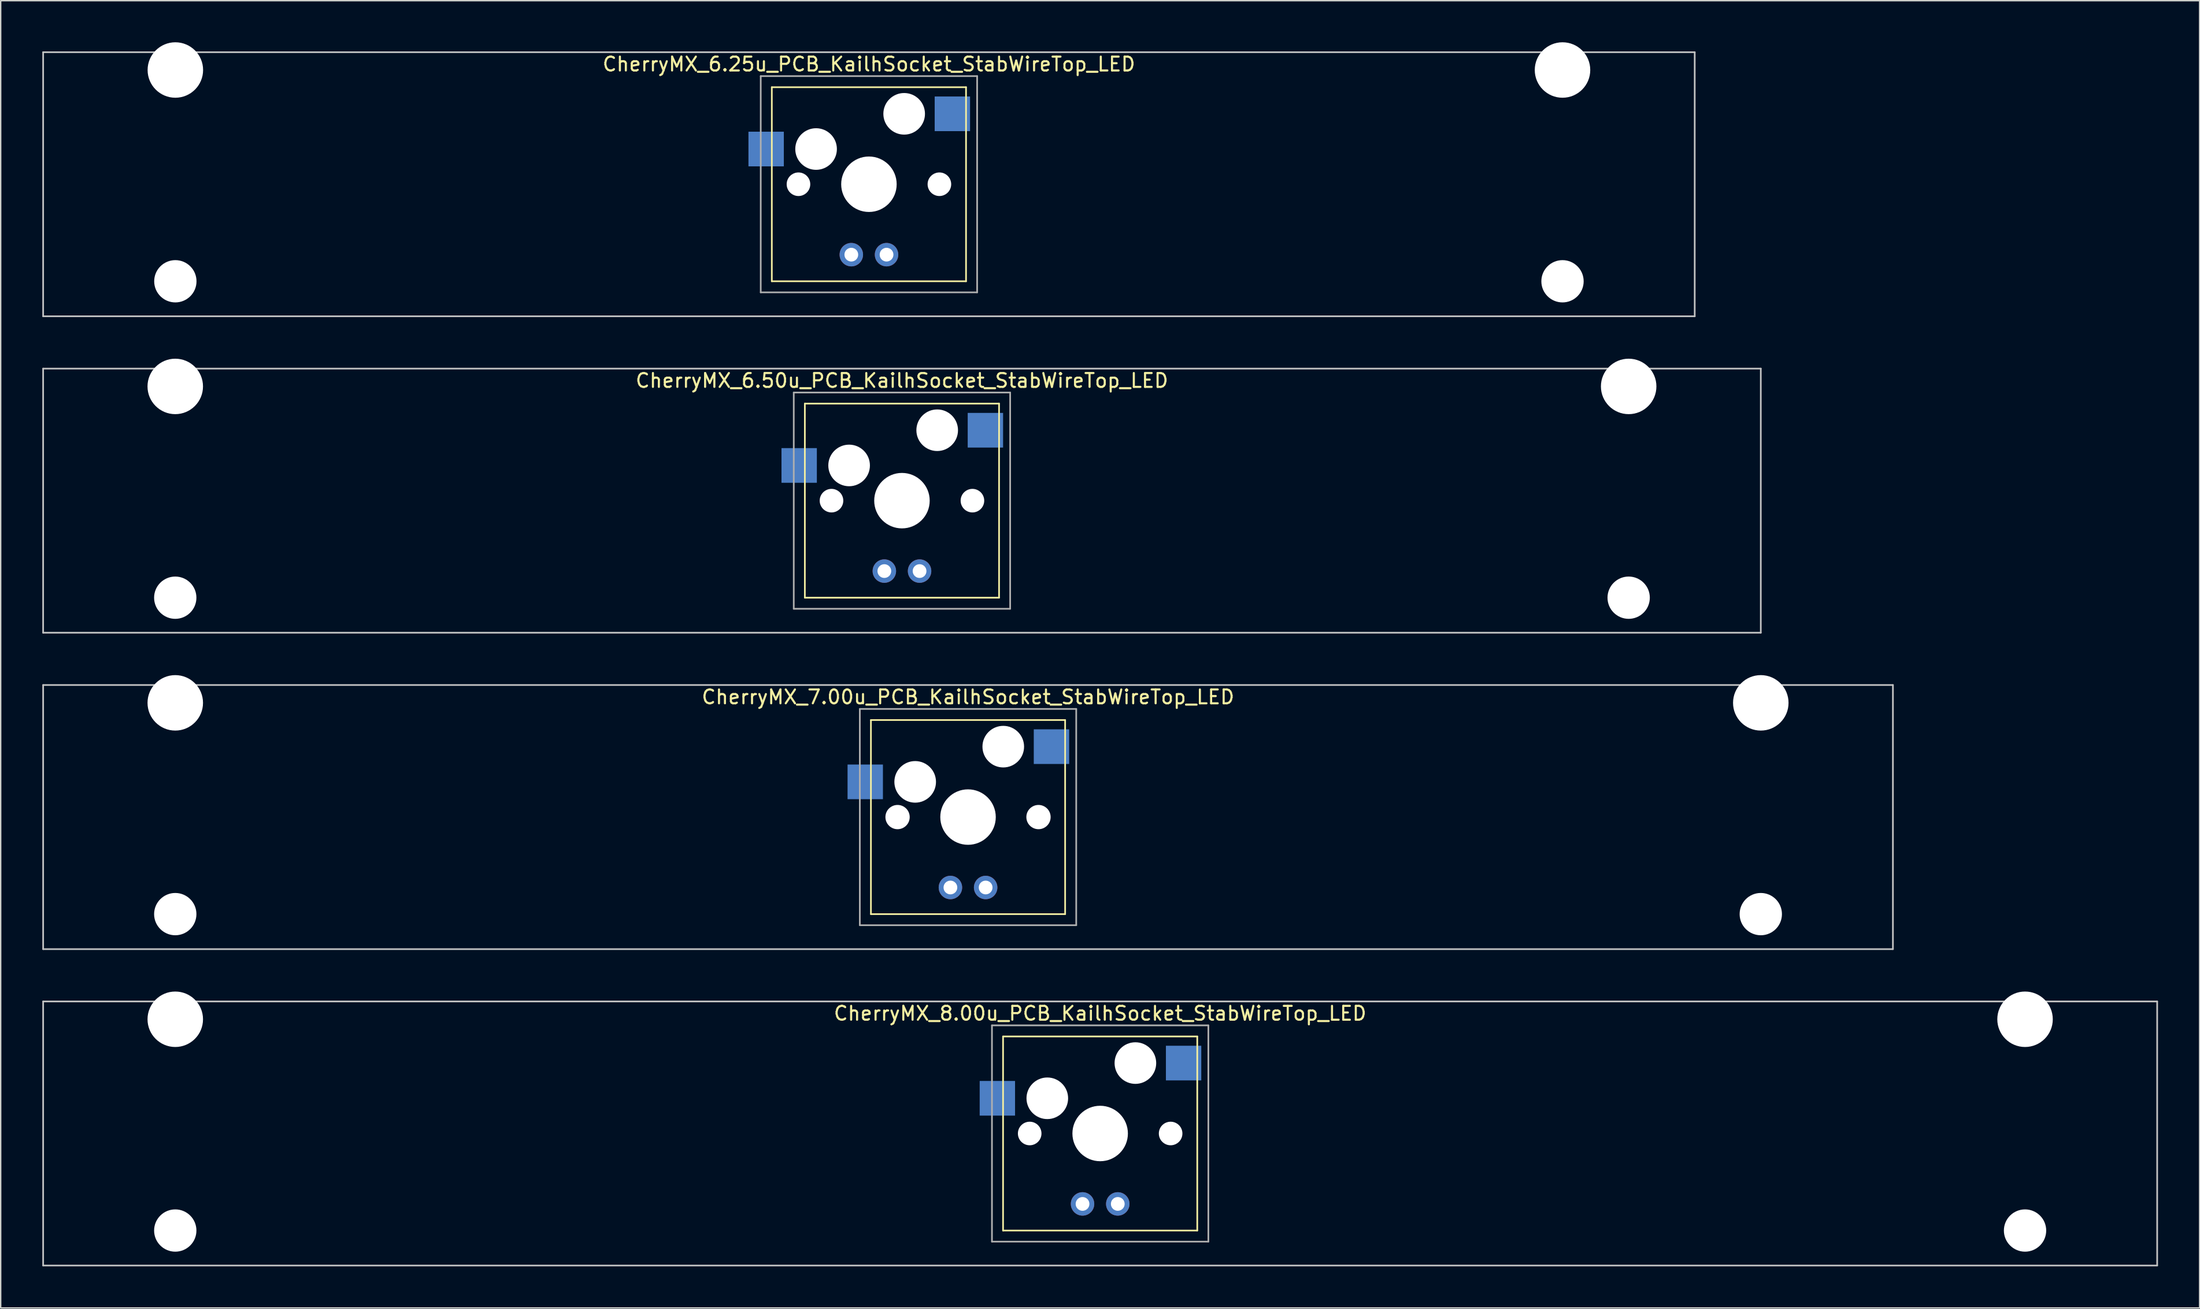
<source format=kicad_pcb>
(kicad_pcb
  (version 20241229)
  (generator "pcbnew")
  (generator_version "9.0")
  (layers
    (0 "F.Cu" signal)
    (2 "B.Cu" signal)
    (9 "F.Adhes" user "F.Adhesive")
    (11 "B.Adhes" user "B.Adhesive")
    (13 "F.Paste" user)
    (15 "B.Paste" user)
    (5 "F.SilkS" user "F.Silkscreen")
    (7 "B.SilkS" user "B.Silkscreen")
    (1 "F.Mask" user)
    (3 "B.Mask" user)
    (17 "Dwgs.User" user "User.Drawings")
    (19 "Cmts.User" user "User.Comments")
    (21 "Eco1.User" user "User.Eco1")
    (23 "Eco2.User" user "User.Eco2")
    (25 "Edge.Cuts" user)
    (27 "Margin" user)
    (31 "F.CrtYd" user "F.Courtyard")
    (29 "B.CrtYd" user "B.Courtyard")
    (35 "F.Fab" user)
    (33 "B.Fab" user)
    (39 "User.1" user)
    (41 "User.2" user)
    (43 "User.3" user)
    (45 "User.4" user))
  (footprint "CherryMX_8.00u_PCB_KailhSocket_StabWireTop_LED"
    (layer "F.Cu")
    (at 76.26 78.715)
    (property "Reference" "CherryMX_8.00u_PCB_KailhSocket_StabWireTop_LED" (at 0 -8.662 0) (layer "F.SilkS") (effects (font (size 1 1) (thickness 0.15))))
    (attr through_hole)
    (fp_line (start -7 -7) (end -7 7) (stroke (width 0.12) (type solid)) (layer "F.SilkS"))
    (fp_line (start -7 -7) (end 7 -7) (stroke (width 0.12) (type solid)) (layer "F.SilkS"))
    (fp_line (start 7 -7) (end 7 7) (stroke (width 0.12) (type solid)) (layer "F.SilkS"))
    (fp_line (start 7 7) (end -7 7) (stroke (width 0.12) (type solid)) (layer "F.SilkS"))
    (fp_line (start -76.2 -9.525) (end 76.2 -9.525) (stroke (width 0.12) (type solid)) (layer "Dwgs.User"))
    (fp_line (start -76.2 9.525) (end -76.2 -9.525) (stroke (width 0.12) (type solid)) (layer "Dwgs.User"))
    (fp_line (start 76.2 -9.525) (end 76.2 9.525) (stroke (width 0.12) (type solid)) (layer "Dwgs.User"))
    (fp_line (start 76.2 9.525) (end -76.2 9.525) (stroke (width 0.12) (type solid)) (layer "Dwgs.User"))
    (fp_line (start -7.8 -7.8) (end -7.8 7.8) (stroke (width 0.12) (type solid)) (layer "F.Fab"))
    (fp_line (start -7.8 -7.8) (end 7.8 -7.8) (stroke (width 0.12) (type solid)) (layer "F.Fab"))
    (fp_line (start -7.8 7.8) (end 7.8 7.8) (stroke (width 0.12) (type solid)) (layer "F.Fab"))
    (fp_line (start 7.8 -7.8) (end 7.8 7.8) (stroke (width 0.12) (type solid)) (layer "F.Fab"))
    (pad "" np_thru_hole circle (at -66.675 -8.24) (size 4 4) (drill 4) (layers "*.Cu" "*.Mask"))
    (pad "" np_thru_hole circle (at -66.675 7) (size 3.05 3.05) (drill 3.05) (layers "*.Cu" "*.Mask"))
    (pad "" np_thru_hole circle (at -5.08 0) (size 1.7 1.7) (drill 1.7) (layers "*.Cu" "*.Mask"))
    (pad "" np_thru_hole circle (at -3.81 -2.54) (size 3 3) (drill 3) (layers "*.Cu" "*.Mask"))
    (pad "" np_thru_hole circle (at 0 0) (size 4 4) (drill 4) (layers "*.Cu" "*.Mask"))
    (pad "" np_thru_hole circle (at 2.54 -5.08) (size 3 3) (drill 3) (layers "*.Cu" "*.Mask"))
    (pad "" np_thru_hole circle (at 5.08 0) (size 1.7 1.7) (drill 1.7) (layers "*.Cu" "*.Mask"))
    (pad "" np_thru_hole circle (at 66.675 -8.24) (size 4 4) (drill 4) (layers "*.Cu" "*.Mask"))
    (pad "" np_thru_hole circle (at 66.675 7) (size 3.05 3.05) (drill 3.05) (layers "*.Cu" "*.Mask"))
    (pad "1" smd rect (at -7.41 -2.54) (size 2.55 2.5) (layers "B.Cu" "B.Mask" "B.Paste"))
    (pad "2" smd rect (at 6.015 -5.08) (size 2.55 2.5) (layers "B.Cu" "B.Mask" "B.Paste"))
    (pad "3" thru_hole circle (at -1.27 5.08) (size 1.691 1.691) (drill 0.991) (layers "*.Cu" "*.Mask"))
    (pad "4" thru_hole circle (at 1.27 5.08) (size 1.691 1.691) (drill 0.991) (layers "*.Cu" "*.Mask")))
  (footprint "CherryMX_6.25u_PCB_KailhSocket_StabWireTop_LED"
    (layer "F.Cu")
    (at 59.591 10.24)
    (property "Reference" "CherryMX_6.25u_PCB_KailhSocket_StabWireTop_LED" (at 0 -8.662 0) (layer "F.SilkS") (effects (font (size 1 1) (thickness 0.15))))
    (attr through_hole)
    (fp_line (start -7 -7) (end -7 7) (stroke (width 0.12) (type solid)) (layer "F.SilkS"))
    (fp_line (start -7 -7) (end 7 -7) (stroke (width 0.12) (type solid)) (layer "F.SilkS"))
    (fp_line (start 7 -7) (end 7 7) (stroke (width 0.12) (type solid)) (layer "F.SilkS"))
    (fp_line (start 7 7) (end -7 7) (stroke (width 0.12) (type solid)) (layer "F.SilkS"))
    (fp_line (start -59.531 -9.525) (end 59.531 -9.525) (stroke (width 0.12) (type solid)) (layer "Dwgs.User"))
    (fp_line (start -59.531 9.525) (end -59.531 -9.525) (stroke (width 0.12) (type solid)) (layer "Dwgs.User"))
    (fp_line (start 59.531 -9.525) (end 59.531 9.525) (stroke (width 0.12) (type solid)) (layer "Dwgs.User"))
    (fp_line (start 59.531 9.525) (end -59.531 9.525) (stroke (width 0.12) (type solid)) (layer "Dwgs.User"))
    (fp_line (start -7.8 -7.8) (end -7.8 7.8) (stroke (width 0.12) (type solid)) (layer "F.Fab"))
    (fp_line (start -7.8 -7.8) (end 7.8 -7.8) (stroke (width 0.12) (type solid)) (layer "F.Fab"))
    (fp_line (start -7.8 7.8) (end 7.8 7.8) (stroke (width 0.12) (type solid)) (layer "F.Fab"))
    (fp_line (start 7.8 -7.8) (end 7.8 7.8) (stroke (width 0.12) (type solid)) (layer "F.Fab"))
    (pad "" np_thru_hole circle (at -50 -8.24) (size 4 4) (drill 4) (layers "*.Cu" "*.Mask"))
    (pad "" np_thru_hole circle (at -50 7) (size 3.05 3.05) (drill 3.05) (layers "*.Cu" "*.Mask"))
    (pad "" np_thru_hole circle (at -5.08 0) (size 1.7 1.7) (drill 1.7) (layers "*.Cu" "*.Mask"))
    (pad "" np_thru_hole circle (at -3.81 -2.54) (size 3 3) (drill 3) (layers "*.Cu" "*.Mask"))
    (pad "" np_thru_hole circle (at 0 0) (size 4 4) (drill 4) (layers "*.Cu" "*.Mask"))
    (pad "" np_thru_hole circle (at 2.54 -5.08) (size 3 3) (drill 3) (layers "*.Cu" "*.Mask"))
    (pad "" np_thru_hole circle (at 5.08 0) (size 1.7 1.7) (drill 1.7) (layers "*.Cu" "*.Mask"))
    (pad "" np_thru_hole circle (at 50 -8.24) (size 4 4) (drill 4) (layers "*.Cu" "*.Mask"))
    (pad "" np_thru_hole circle (at 50 7) (size 3.05 3.05) (drill 3.05) (layers "*.Cu" "*.Mask"))
    (pad "1" smd rect (at -7.41 -2.54) (size 2.55 2.5) (layers "B.Cu" "B.Mask" "B.Paste"))
    (pad "2" smd rect (at 6.015 -5.08) (size 2.55 2.5) (layers "B.Cu" "B.Mask" "B.Paste"))
    (pad "3" thru_hole circle (at -1.27 5.08) (size 1.691 1.691) (drill 0.991) (layers "*.Cu" "*.Mask"))
    (pad "4" thru_hole circle (at 1.27 5.08) (size 1.691 1.691) (drill 0.991) (layers "*.Cu" "*.Mask")))
  (footprint "CherryMX_7.00u_PCB_KailhSocket_StabWireTop_LED"
    (layer "F.Cu")
    (at 66.735 55.89)
    (property "Reference" "CherryMX_7.00u_PCB_KailhSocket_StabWireTop_LED" (at 0 -8.662 0) (layer "F.SilkS") (effects (font (size 1 1) (thickness 0.15))))
    (attr through_hole)
    (fp_line (start -7 -7) (end -7 7) (stroke (width 0.12) (type solid)) (layer "F.SilkS"))
    (fp_line (start -7 -7) (end 7 -7) (stroke (width 0.12) (type solid)) (layer "F.SilkS"))
    (fp_line (start 7 -7) (end 7 7) (stroke (width 0.12) (type solid)) (layer "F.SilkS"))
    (fp_line (start 7 7) (end -7 7) (stroke (width 0.12) (type solid)) (layer "F.SilkS"))
    (fp_line (start -66.675 -9.525) (end 66.675 -9.525) (stroke (width 0.12) (type solid)) (layer "Dwgs.User"))
    (fp_line (start -66.675 9.525) (end -66.675 -9.525) (stroke (width 0.12) (type solid)) (layer "Dwgs.User"))
    (fp_line (start 66.675 -9.525) (end 66.675 9.525) (stroke (width 0.12) (type solid)) (layer "Dwgs.User"))
    (fp_line (start 66.675 9.525) (end -66.675 9.525) (stroke (width 0.12) (type solid)) (layer "Dwgs.User"))
    (fp_line (start -7.8 -7.8) (end -7.8 7.8) (stroke (width 0.12) (type solid)) (layer "F.Fab"))
    (fp_line (start -7.8 -7.8) (end 7.8 -7.8) (stroke (width 0.12) (type solid)) (layer "F.Fab"))
    (fp_line (start -7.8 7.8) (end 7.8 7.8) (stroke (width 0.12) (type solid)) (layer "F.Fab"))
    (fp_line (start 7.8 -7.8) (end 7.8 7.8) (stroke (width 0.12) (type solid)) (layer "F.Fab"))
    (pad "" np_thru_hole circle (at -57.15 -8.24) (size 4 4) (drill 4) (layers "*.Cu" "*.Mask"))
    (pad "" np_thru_hole circle (at -57.15 7) (size 3.05 3.05) (drill 3.05) (layers "*.Cu" "*.Mask"))
    (pad "" np_thru_hole circle (at -5.08 0) (size 1.75 1.75) (drill 1.75) (layers "*.Cu" "*.Mask"))
    (pad "" np_thru_hole circle (at -3.81 -2.54) (size 3 3) (drill 3) (layers "*.Cu" "*.Mask"))
    (pad "" np_thru_hole circle (at 0 0) (size 4 4) (drill 4) (layers "*.Cu" "*.Mask"))
    (pad "" np_thru_hole circle (at 2.54 -5.08) (size 3 3) (drill 3) (layers "*.Cu" "*.Mask"))
    (pad "" np_thru_hole circle (at 5.08 0) (size 1.75 1.75) (drill 1.75) (layers "*.Cu" "*.Mask"))
    (pad "" np_thru_hole circle (at 57.15 -8.24) (size 4 4) (drill 4) (layers "*.Cu" "*.Mask"))
    (pad "" np_thru_hole circle (at 57.15 7) (size 3.05 3.05) (drill 3.05) (layers "*.Cu" "*.Mask"))
    (pad "1" smd rect (at -7.41 -2.54) (size 2.55 2.5) (layers "B.Cu" "B.Mask" "B.Paste"))
    (pad "2" smd rect (at 6.015 -5.08) (size 2.55 2.5) (layers "B.Cu" "B.Mask" "B.Paste"))
    (pad "3" thru_hole circle (at -1.27 5.08) (size 1.691 1.691) (drill 0.991) (layers "*.Cu" "*.Mask"))
    (pad "4" thru_hole circle (at 1.27 5.08) (size 1.691 1.691) (drill 0.991) (layers "*.Cu" "*.Mask")))
  (footprint "CherryMX_6.50u_PCB_KailhSocket_StabWireTop_LED"
    (layer "F.Cu")
    (at 61.972 33.065)
    (property "Reference" "CherryMX_6.50u_PCB_KailhSocket_StabWireTop_LED" (at 0 -8.662 0) (layer "F.SilkS") (effects (font (size 1 1) (thickness 0.15))))
    (attr through_hole)
    (fp_line (start -7 -7) (end -7 7) (stroke (width 0.12) (type solid)) (layer "F.SilkS"))
    (fp_line (start -7 -7) (end 7 -7) (stroke (width 0.12) (type solid)) (layer "F.SilkS"))
    (fp_line (start 7 -7) (end 7 7) (stroke (width 0.12) (type solid)) (layer "F.SilkS"))
    (fp_line (start 7 7) (end -7 7) (stroke (width 0.12) (type solid)) (layer "F.SilkS"))
    (fp_line (start -61.913 -9.525) (end 61.913 -9.525) (stroke (width 0.12) (type solid)) (layer "Dwgs.User"))
    (fp_line (start -61.913 9.525) (end -61.913 -9.525) (stroke (width 0.12) (type solid)) (layer "Dwgs.User"))
    (fp_line (start 61.913 -9.525) (end 61.913 9.525) (stroke (width 0.12) (type solid)) (layer "Dwgs.User"))
    (fp_line (start 61.913 9.525) (end -61.913 9.525) (stroke (width 0.12) (type solid)) (layer "Dwgs.User"))
    (fp_line (start -7.8 -7.8) (end -7.8 7.8) (stroke (width 0.12) (type solid)) (layer "F.Fab"))
    (fp_line (start -7.8 -7.8) (end 7.8 -7.8) (stroke (width 0.12) (type solid)) (layer "F.Fab"))
    (fp_line (start -7.8 7.8) (end 7.8 7.8) (stroke (width 0.12) (type solid)) (layer "F.Fab"))
    (fp_line (start 7.8 -7.8) (end 7.8 7.8) (stroke (width 0.12) (type solid)) (layer "F.Fab"))
    (pad "" np_thru_hole circle (at -52.388 -8.24) (size 4 4) (drill 4) (layers "*.Cu" "*.Mask"))
    (pad "" np_thru_hole circle (at -52.388 7) (size 3.05 3.05) (drill 3.05) (layers "*.Cu" "*.Mask"))
    (pad "" np_thru_hole circle (at -5.08 0) (size 1.7 1.7) (drill 1.7) (layers "*.Cu" "*.Mask"))
    (pad "" np_thru_hole circle (at -3.81 -2.54) (size 3 3) (drill 3) (layers "*.Cu" "*.Mask"))
    (pad "" np_thru_hole circle (at 0 0) (size 4 4) (drill 4) (layers "*.Cu" "*.Mask"))
    (pad "" np_thru_hole circle (at 2.54 -5.08) (size 3 3) (drill 3) (layers "*.Cu" "*.Mask"))
    (pad "" np_thru_hole circle (at 5.08 0) (size 1.7 1.7) (drill 1.7) (layers "*.Cu" "*.Mask"))
    (pad "" np_thru_hole circle (at 52.388 -8.24) (size 4 4) (drill 4) (layers "*.Cu" "*.Mask"))
    (pad "" np_thru_hole circle (at 52.388 7) (size 3.05 3.05) (drill 3.05) (layers "*.Cu" "*.Mask"))
    (pad "1" smd rect (at -7.41 -2.54) (size 2.55 2.5) (layers "B.Cu" "B.Mask" "B.Paste"))
    (pad "2" smd rect (at 6.015 -5.08) (size 2.55 2.5) (layers "B.Cu" "B.Mask" "B.Paste"))
    (pad "3" thru_hole circle (at -1.27 5.08) (size 1.691 1.691) (drill 0.991) (layers "*.Cu" "*.Mask"))
    (pad "4" thru_hole circle (at 1.27 5.08) (size 1.691 1.691) (drill 0.991) (layers "*.Cu" "*.Mask")))
  (gr_rect
    (start -3 -3)
    (end 155.52 91.3)
    (stroke (width 0.1) (type default))
    (fill no)
    (layer "Edge.Cuts")))
</source>
